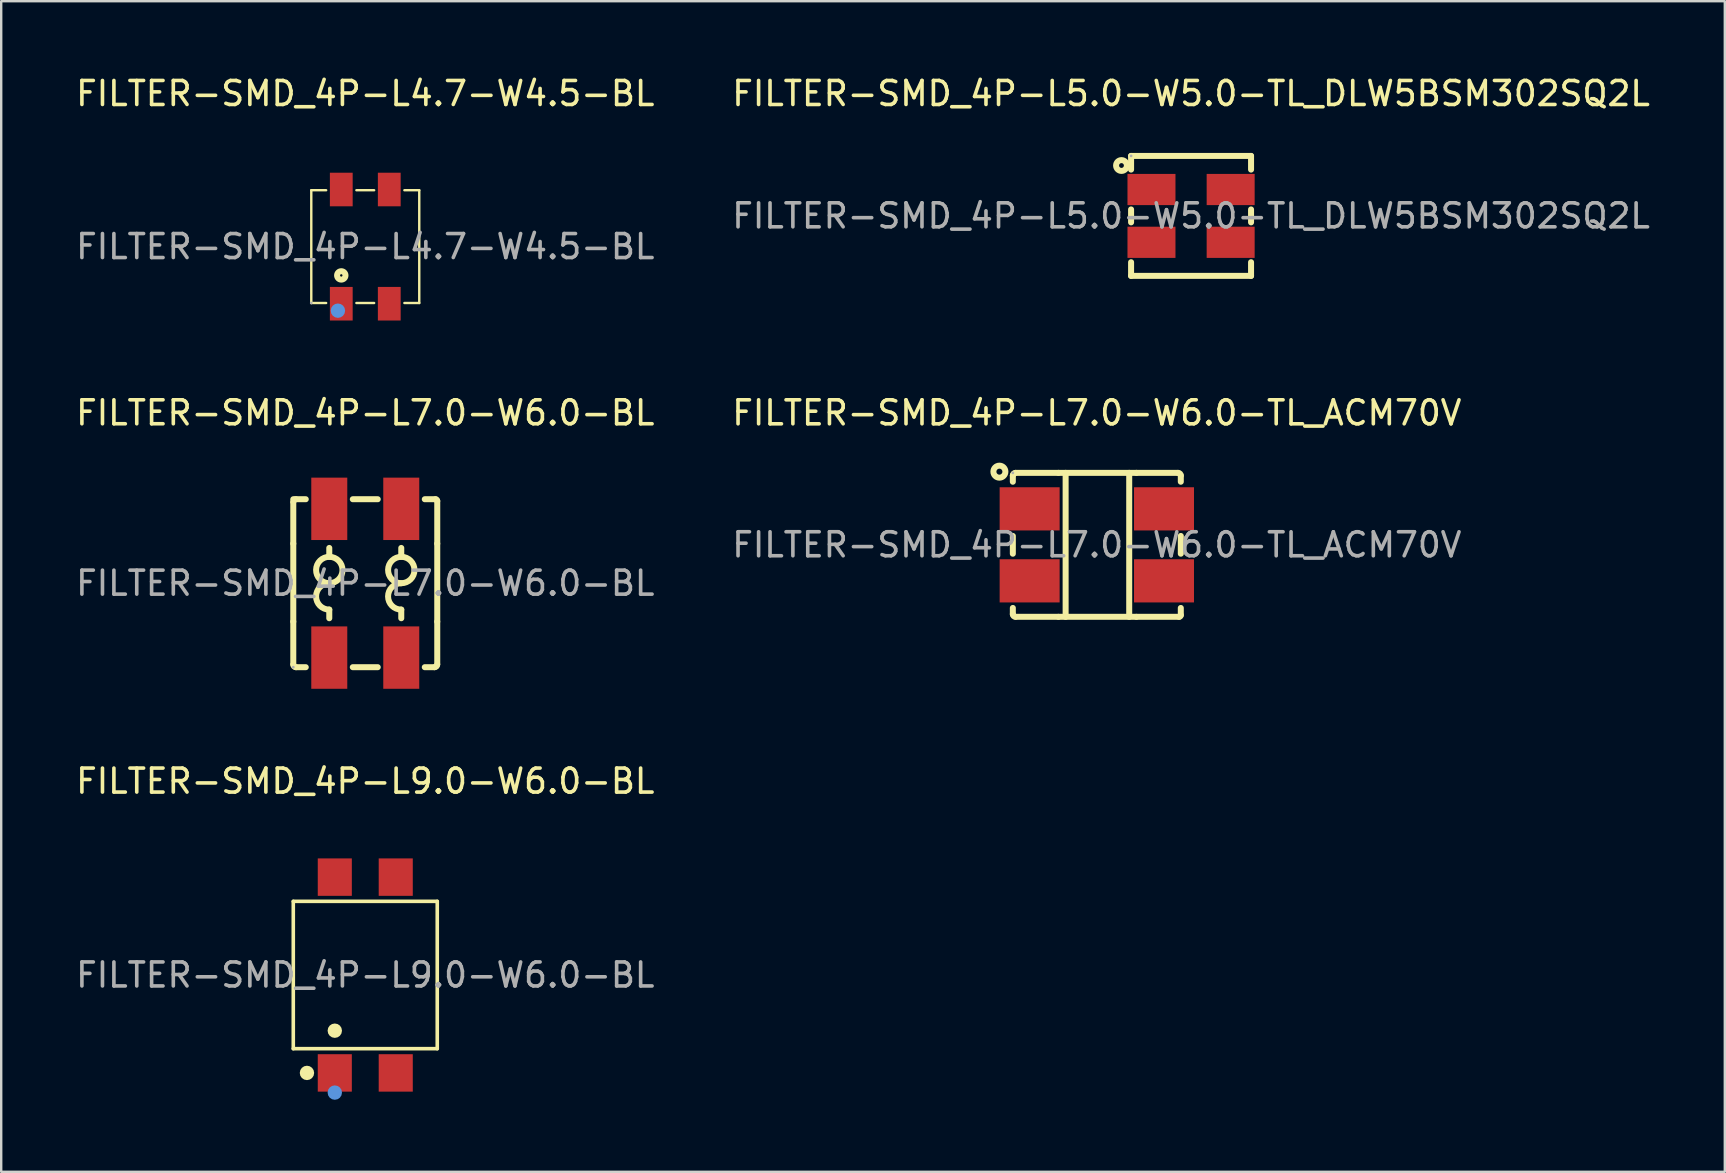
<source format=kicad_pcb>
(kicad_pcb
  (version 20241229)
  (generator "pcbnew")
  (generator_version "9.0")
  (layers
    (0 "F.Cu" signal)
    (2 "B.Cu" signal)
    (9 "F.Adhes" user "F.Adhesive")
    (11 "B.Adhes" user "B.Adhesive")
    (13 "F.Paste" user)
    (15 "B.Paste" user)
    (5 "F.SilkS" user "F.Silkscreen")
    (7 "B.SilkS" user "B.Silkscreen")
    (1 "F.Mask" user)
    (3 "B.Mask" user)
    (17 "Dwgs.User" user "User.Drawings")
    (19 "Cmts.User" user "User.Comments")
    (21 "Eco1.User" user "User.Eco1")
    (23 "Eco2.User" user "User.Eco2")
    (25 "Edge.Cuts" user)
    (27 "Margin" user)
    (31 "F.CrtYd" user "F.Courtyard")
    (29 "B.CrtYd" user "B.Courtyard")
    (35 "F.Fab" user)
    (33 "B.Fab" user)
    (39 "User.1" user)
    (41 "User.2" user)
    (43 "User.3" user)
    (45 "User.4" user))
  (footprint "FILTER-SMD_4P-L7.0-W6.0-BL"
    (layer "F.Cu")
    (at 12.173 21.256)
    (property "Reference" "FILTER-SMD_4P-L7.0-W6.0-BL" (at 0 -7.1 0) (layer "F.SilkS") (effects (font (size 1 1) (thickness 0.15))))
    (attr through_hole)
    (fp_line (start -3 -1.65) (end -3 -3.38) (stroke (width 0.25) (type solid)) (layer "F.SilkS"))
    (fp_line (start -3 1.6) (end -3 -1.65) (stroke (width 0.25) (type solid)) (layer "F.SilkS"))
    (fp_line (start -3 3.38) (end -3 1.6) (stroke (width 0.25) (type solid)) (layer "F.SilkS"))
    (fp_line (start -2.89 3.5) (end -2.48 3.5) (stroke (width 0.25) (type solid)) (layer "F.SilkS"))
    (fp_line (start -2.48 -3.5) (end -3 -3.5) (stroke (width 0.25) (type solid)) (layer "F.SilkS"))
    (fp_line (start -1.5 -1.1) (end -1.5 -1.47) (stroke (width 0.25) (type solid)) (layer "F.SilkS"))
    (fp_line (start -1.5 1.1) (end -1.5 1.46) (stroke (width 0.25) (type solid)) (layer "F.SilkS"))
    (fp_line (start -0.52 3.5) (end 0.52 3.5) (stroke (width 0.25) (type solid)) (layer "F.SilkS"))
    (fp_line (start 0.52 -3.5) (end -0.52 -3.5) (stroke (width 0.25) (type solid)) (layer "F.SilkS"))
    (fp_line (start 1.5 -1.1) (end 1.5 -1.47) (stroke (width 0.25) (type solid)) (layer "F.SilkS"))
    (fp_line (start 1.5 1.1) (end 1.5 1.46) (stroke (width 0.25) (type solid)) (layer "F.SilkS"))
    (fp_line (start 2.48 3.5) (end 2.89 3.5) (stroke (width 0.25) (type solid)) (layer "F.SilkS"))
    (fp_line (start 2.93 -3.5) (end 2.48 -3.5) (stroke (width 0.25) (type solid)) (layer "F.SilkS"))
    (fp_line (start 3 -3.43) (end 3 -1.65) (stroke (width 0.25) (type solid)) (layer "F.SilkS"))
    (fp_line (start 3 -1.65) (end 3 1.6) (stroke (width 0.25) (type solid)) (layer "F.SilkS"))
    (fp_line (start 3 1.6) (end 3 3.38) (stroke (width 0.25) (type solid)) (layer "F.SilkS"))
    (fp_arc (start -3 -3.39) (mid -2.967782 -3.467782) (end -2.89 -3.5) (stroke (width 0.25) (type solid)) (layer "F.SilkS"))
    (fp_arc (start -2.89 3.5) (mid -2.967782 3.467782) (end -3 3.39) (stroke (width 0.25) (type solid)) (layer "F.SilkS"))
    (fp_arc (start -1.509599 -0.000084) (mid -1.4952 -1.099979) (end -1.5 0) (stroke (width 0.25) (type solid)) (layer "F.SilkS"))
    (fp_arc (start -1.5 1.1) (mid -2.05 0.55) (end -1.5 0) (stroke (width 0.25) (type solid)) (layer "F.SilkS"))
    (fp_arc (start 1.490401 -0.000084) (mid 1.5048 -1.099979) (end 1.5 0) (stroke (width 0.25) (type solid)) (layer "F.SilkS"))
    (fp_arc (start 1.5 1.1) (mid 0.95 0.55) (end 1.5 0) (stroke (width 0.25) (type solid)) (layer "F.SilkS"))
    (fp_arc (start 2.93 -3.5) (mid 2.979497 -3.479497) (end 3 -3.43) (stroke (width 0.25) (type solid)) (layer "F.SilkS"))
    (fp_arc (start 3 3.39) (mid 2.967782 3.467782) (end 2.89 3.5) (stroke (width 0.25) (type solid)) (layer "F.SilkS"))
    (fp_circle (center -3 3.5) (end -2.97 3.5) (stroke (width 0.06) (type solid)) (fill no) (layer "F.Fab"))
    (fp_text user "${REFERENCE}" (at 0 0 0) (layer "F.Fab") (effects (font (size 1 1) (thickness 0.15))))
    (pad "1" smd rect (at -1.5 3.1 90) (size 2.6 1.5) (layers "F.Cu" "F.Mask" "F.Paste"))
    (pad "2" smd rect (at 1.5 3.1 90) (size 2.6 1.5) (layers "F.Cu" "F.Mask" "F.Paste"))
    (pad "3" smd rect (at 1.5 -3.1 90) (size 2.6 1.5) (layers "F.Cu" "F.Mask" "F.Paste"))
    (pad "4" smd rect (at -1.5 -3.1 90) (size 2.6 1.5) (layers "F.Cu" "F.Mask" "F.Paste")))
  (footprint "FILTER-SMD_4P-L4.7-W4.5-BL"
    (layer "F.Cu")
    (at 12.173 7.228)
    (property "Reference" "FILTER-SMD_4P-L4.7-W4.5-BL" (at 0 -6.38 0) (layer "F.SilkS") (effects (font (size 1 1) (thickness 0.15))))
    (attr through_hole)
    (fp_line (start -2.25 -2.35) (end -2.25 2.35) (stroke (width 0.1) (type solid)) (layer "F.SilkS"))
    (fp_line (start -2.25 -2.35) (end -1.63 -2.35) (stroke (width 0.1) (type solid)) (layer "F.SilkS"))
    (fp_line (start -2.25 2.35) (end -1.63 2.35) (stroke (width 0.1) (type solid)) (layer "F.SilkS"))
    (fp_line (start -0.37 -2.35) (end 0.37 -2.35) (stroke (width 0.1) (type solid)) (layer "F.SilkS"))
    (fp_line (start -0.37 2.35) (end 0.37 2.35) (stroke (width 0.1) (type solid)) (layer "F.SilkS"))
    (fp_line (start 1.63 -2.35) (end 2.25 -2.35) (stroke (width 0.1) (type solid)) (layer "F.SilkS"))
    (fp_line (start 1.63 2.35) (end 2.25 2.35) (stroke (width 0.1) (type solid)) (layer "F.SilkS"))
    (fp_line (start 2.25 -2.35) (end 2.25 2.35) (stroke (width 0.1) (type solid)) (layer "F.SilkS"))
    (fp_circle (center -1 1.2) (end -0.95 1.2) (stroke (width 0.25) (type solid)) (fill no) (layer "F.SilkS"))
    (fp_circle (center -1.14 2.67) (end -0.99 2.67) (stroke (width 0.3) (type solid)) (fill no) (layer "Cmts.User"))
    (fp_circle (center -2.25 2.35) (end -2.22 2.35) (stroke (width 0.06) (type solid)) (fill no) (layer "F.Fab"))
    (fp_text user "${REFERENCE}" (at 0 0 0) (layer "F.Fab") (effects (font (size 1 1) (thickness 0.15))))
    (pad "1" smd rect (at -1 2.38) (size 0.95 1.4) (layers "F.Cu" "F.Mask" "F.Paste"))
    (pad "2" smd rect (at 1 2.38) (size 0.95 1.4) (layers "F.Cu" "F.Mask" "F.Paste"))
    (pad "3" smd rect (at 1 -2.38) (size 0.95 1.4) (layers "F.Cu" "F.Mask" "F.Paste"))
    (pad "4" smd rect (at -1 -2.38) (size 0.95 1.4) (layers "F.Cu" "F.Mask" "F.Paste")))
  (footprint "FILTER-SMD_4P-L9.0-W6.0-BL"
    (layer "F.Cu")
    (at 12.173 37.585)
    (property "Reference" "FILTER-SMD_4P-L9.0-W6.0-BL" (at 0 -8.08 0) (layer "F.SilkS") (effects (font (size 1 1) (thickness 0.15))))
    (attr through_hole)
    (fp_line (start -3 -3.07) (end 3 -3.07) (stroke (width 0.15) (type solid)) (layer "F.SilkS"))
    (fp_line (start -3 3.07) (end -3 -3.07) (stroke (width 0.15) (type solid)) (layer "F.SilkS"))
    (fp_line (start 3 -3.07) (end 3 3.07) (stroke (width 0.15) (type solid)) (layer "F.SilkS"))
    (fp_line (start 3 3.07) (end -3 3.07) (stroke (width 0.15) (type solid)) (layer "F.SilkS"))
    (fp_circle (center -2.43 4.08) (end -2.28 4.08) (stroke (width 0.3) (type solid)) (fill no) (layer "F.SilkS"))
    (fp_circle (center -1.27 2.32) (end -1.12 2.32) (stroke (width 0.3) (type solid)) (fill no) (layer "F.SilkS"))
    (fp_circle (center -1.27 4.9) (end -1.12 4.9) (stroke (width 0.3) (type solid)) (fill no) (layer "Cmts.User"))
    (fp_text user "${REFERENCE}" (at 0 0 0) (layer "F.Fab") (effects (font (size 1 1) (thickness 0.15))))
    (pad "1" smd rect (at -1.27 4.08) (size 1.42 1.56) (layers "F.Cu" "F.Mask" "F.Paste"))
    (pad "2" smd rect (at 1.27 4.08) (size 1.42 1.56) (layers "F.Cu" "F.Mask" "F.Paste"))
    (pad "3" smd rect (at 1.27 -4.08) (size 1.42 1.56) (layers "F.Cu" "F.Mask" "F.Paste"))
    (pad "4" smd rect (at -1.27 -4.08) (size 1.42 1.56) (layers "F.Cu" "F.Mask" "F.Paste")))
  (footprint "FILTER-SMD_4P-L7.0-W6.0-TL_ACM70V"
    (layer "F.Cu")
    (at 42.661 19.657)
    (property "Reference" "FILTER-SMD_4P-L7.0-W6.0-TL_ACM70V" (at 0 -5.5 0) (layer "F.SilkS") (effects (font (size 1 1) (thickness 0.15))))
    (attr through_hole)
    (fp_line (start -3.5 -2.89) (end -3.5 -2.63) (stroke (width 0.25) (type solid)) (layer "F.SilkS"))
    (fp_line (start -3.5 -0.37) (end -3.5 0.37) (stroke (width 0.25) (type solid)) (layer "F.SilkS"))
    (fp_line (start -3.5 2.63) (end -3.5 2.89) (stroke (width 0.25) (type solid)) (layer "F.SilkS"))
    (fp_line (start -3.38 -3) (end -1.6 -3) (stroke (width 0.25) (type solid)) (layer "F.SilkS"))
    (fp_line (start -1.6 -3) (end 1.65 -3) (stroke (width 0.25) (type solid)) (layer "F.SilkS"))
    (fp_line (start -1.6 3) (end -3.38 3) (stroke (width 0.25) (type solid)) (layer "F.SilkS"))
    (fp_line (start -1.3 -3) (end -1.3 3) (stroke (width 0.25) (type solid)) (layer "F.SilkS"))
    (fp_line (start 1.35 -3) (end 1.35 3) (stroke (width 0.25) (type solid)) (layer "F.SilkS"))
    (fp_line (start 1.65 -3) (end 3.38 -3) (stroke (width 0.25) (type solid)) (layer "F.SilkS"))
    (fp_line (start 1.65 3) (end -1.6 3) (stroke (width 0.25) (type solid)) (layer "F.SilkS"))
    (fp_line (start 3.43 3) (end 1.65 3) (stroke (width 0.25) (type solid)) (layer "F.SilkS"))
    (fp_line (start 3.5 -2.89) (end 3.5 -2.63) (stroke (width 0.25) (type solid)) (layer "F.SilkS"))
    (fp_line (start 3.5 -0.37) (end 3.5 0.37) (stroke (width 0.25) (type solid)) (layer "F.SilkS"))
    (fp_line (start 3.5 2.63) (end 3.5 2.93) (stroke (width 0.25) (type solid)) (layer "F.SilkS"))
    (fp_arc (start -3.5 -2.89) (mid -3.467782 -2.967782) (end -3.39 -3) (stroke (width 0.25) (type solid)) (layer "F.SilkS"))
    (fp_arc (start -3.39 3) (mid -3.467782 2.967782) (end -3.5 2.89) (stroke (width 0.25) (type solid)) (layer "F.SilkS"))
    (fp_arc (start 3.39 -3) (mid 3.467782 -2.967782) (end 3.5 -2.89) (stroke (width 0.25) (type solid)) (layer "F.SilkS"))
    (fp_arc (start 3.5 2.93) (mid 3.479497 2.979497) (end 3.43 3) (stroke (width 0.25) (type solid)) (layer "F.SilkS"))
    (fp_circle (center -4.06 -3.05) (end -3.81 -3.05) (stroke (width 0.25) (type solid)) (fill no) (layer "F.SilkS"))
    (fp_circle (center -3.5 -3) (end -3.47 -3) (stroke (width 0.06) (type solid)) (fill no) (layer "F.Fab"))
    (fp_text user "${REFERENCE}" (at 0 0 0) (layer "F.Fab") (effects (font (size 1 1) (thickness 0.15))))
    (pad "1" smd rect (at -2.8 -1.5) (size 2.5 1.8) (layers "F.Cu" "F.Mask" "F.Paste"))
    (pad "2" smd rect (at -2.8 1.5) (size 2.5 1.8) (layers "F.Cu" "F.Mask" "F.Paste"))
    (pad "3" smd rect (at 2.8 1.5) (size 2.5 1.8) (layers "F.Cu" "F.Mask" "F.Paste"))
    (pad "4" smd rect (at 2.8 -1.5) (size 2.5 1.8) (layers "F.Cu" "F.Mask" "F.Paste")))
  (footprint "FILTER-SMD_4P-L5.0-W5.0-TL_DLW5BSM302SQ2L"
    (layer "F.Cu")
    (at 46.589 5.948)
    (property "Reference" "FILTER-SMD_4P-L5.0-W5.0-TL_DLW5BSM302SQ2L" (at 0 -5.1 0) (layer "F.SilkS") (effects (font (size 1 1) (thickness 0.15))))
    (attr through_hole)
    (fp_line (start -2.5 -2.5) (end 2.5 -2.5) (stroke (width 0.25) (type solid)) (layer "F.SilkS"))
    (fp_line (start -2.5 -1.93) (end -2.5 -2.5) (stroke (width 0.25) (type solid)) (layer "F.SilkS"))
    (fp_line (start -2.5 0.27) (end -2.5 -0.27) (stroke (width 0.25) (type solid)) (layer "F.SilkS"))
    (fp_line (start -2.5 2.5) (end -2.5 1.93) (stroke (width 0.25) (type solid)) (layer "F.SilkS"))
    (fp_line (start 2.5 -2.5) (end 2.5 -1.93) (stroke (width 0.25) (type solid)) (layer "F.SilkS"))
    (fp_line (start 2.5 -0.27) (end 2.5 0.27) (stroke (width 0.25) (type solid)) (layer "F.SilkS"))
    (fp_line (start 2.5 1.93) (end 2.5 2.5) (stroke (width 0.25) (type solid)) (layer "F.SilkS"))
    (fp_line (start 2.5 2.5) (end -2.5 2.5) (stroke (width 0.25) (type solid)) (layer "F.SilkS"))
    (fp_circle (center -2.9 -2.1) (end -2.8 -2.1) (stroke (width 0.25) (type solid)) (fill no) (layer "F.SilkS"))
    (fp_circle (center -2.5 -2.5) (end -2.47 -2.5) (stroke (width 0.06) (type solid)) (fill no) (layer "F.Fab"))
    (fp_text user "${REFERENCE}" (at 0 0 0) (layer "F.Fab") (effects (font (size 1 1) (thickness 0.15))))
    (pad "1" smd rect (at -1.65 -1.1) (size 2 1.3) (layers "F.Cu" "F.Mask" "F.Paste"))
    (pad "2" smd rect (at -1.65 1.1) (size 2 1.3) (layers "F.Cu" "F.Mask" "F.Paste"))
    (pad "3" smd rect (at 1.65 1.1) (size 2 1.3) (layers "F.Cu" "F.Mask" "F.Paste"))
    (pad "4" smd rect (at 1.65 -1.1) (size 2 1.3) (layers "F.Cu" "F.Mask" "F.Paste")))
  (gr_rect
    (start -3 -3)
    (end 68.833 45.785)
    (stroke (width 0.1) (type default))
    (fill no)
    (layer "Edge.Cuts")))
</source>
